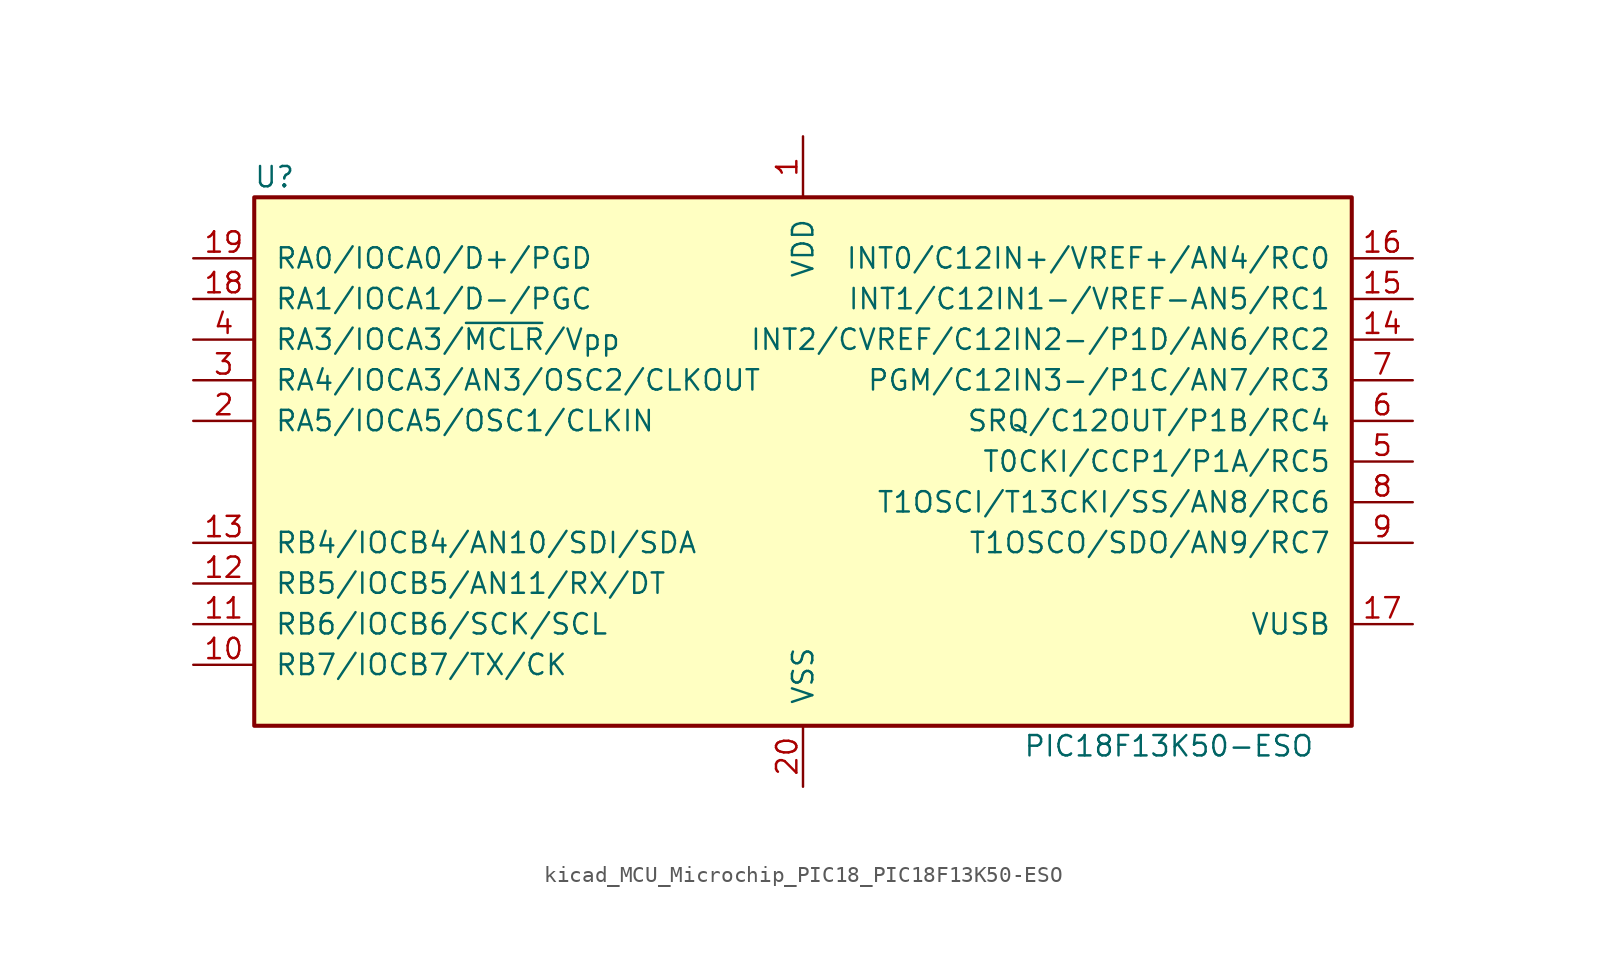
<source format=kicad_sym>
(kicad_symbol_lib
  (version 20220914)
  (generator kicad_symbol_editor)
  (symbol "kicad_MCU_Microchip_PIC18_PIC18F13K50-ESO"
    (pin_names
      (offset 1.27))
    (property "Reference" "U"
      (at -33.02 17.78 0)
      (effects (font (size 1.27 1.27))))
    (property "Value" "PIC18F13K50-ESO"
      (at 22.86 -17.78 0)
      (effects (font (size 1.27 1.27))))
    (symbol "kicad_MCU_Microchip_PIC18_PIC18F13K50-ESO_0_1"
      (rectangle (start -34.29 16.51) (end 34.29 -16.51) (stroke (width 0.254) (type default)) (fill (type background))))
    (symbol "kicad_MCU_Microchip_PIC18_PIC18F13K50-ESO_1_1"
      (pin power_in line (at 0 20.32 270) (length 3.81) (name "VDD" (effects (font (size 1.27 1.27)))) (number "1" (effects (font (size 1.27 1.27)))))
      (pin bidirectional line (at -38.1 -12.7 0) (length 3.81) (name "RB7/IOCB7/TX/CK" (effects (font (size 1.27 1.27)))) (number "10" (effects (font (size 1.27 1.27)))))
      (pin bidirectional line (at -38.1 -10.16 0) (length 3.81) (name "RB6/IOCB6/SCK/SCL" (effects (font (size 1.27 1.27)))) (number "11" (effects (font (size 1.27 1.27)))))
      (pin bidirectional line (at -38.1 -7.62 0) (length 3.81) (name "RB5/IOCB5/AN11/RX/DT" (effects (font (size 1.27 1.27)))) (number "12" (effects (font (size 1.27 1.27)))))
      (pin bidirectional line (at -38.1 -5.08 0) (length 3.81) (name "RB4/IOCB4/AN10/SDI/SDA" (effects (font (size 1.27 1.27)))) (number "13" (effects (font (size 1.27 1.27)))))
      (pin bidirectional line (at 38.1 7.62 180) (length 3.81) (name "INT2/CVREF/C12IN2-/P1D/AN6/RC2" (effects (font (size 1.27 1.27)))) (number "14" (effects (font (size 1.27 1.27)))))
      (pin bidirectional line (at 38.1 10.16 180) (length 3.81) (name "INT1/C12IN1-/VREF-AN5/RC1" (effects (font (size 1.27 1.27)))) (number "15" (effects (font (size 1.27 1.27)))))
      (pin bidirectional line (at 38.1 12.7 180) (length 3.81) (name "INT0/C12IN+/VREF+/AN4/RC0" (effects (font (size 1.27 1.27)))) (number "16" (effects (font (size 1.27 1.27)))))
      (pin passive line (at 38.1 -10.16 180) (length 3.81) (name "VUSB" (effects (font (size 1.27 1.27)))) (number "17" (effects (font (size 1.27 1.27)))))
      (pin bidirectional line (at -38.1 10.16 0) (length 3.81) (name "RA1/IOCA1/D-/PGC" (effects (font (size 1.27 1.27)))) (number "18" (effects (font (size 1.27 1.27)))))
      (pin bidirectional line (at -38.1 12.7 0) (length 3.81) (name "RA0/IOCA0/D+/PGD" (effects (font (size 1.27 1.27)))) (number "19" (effects (font (size 1.27 1.27)))))
      (pin bidirectional line (at -38.1 2.54 0) (length 3.81) (name "RA5/IOCA5/OSC1/CLKIN" (effects (font (size 1.27 1.27)))) (number "2" (effects (font (size 1.27 1.27)))))
      (pin power_in line (at 0 -20.32 90) (length 3.81) (name "VSS" (effects (font (size 1.27 1.27)))) (number "20" (effects (font (size 1.27 1.27)))))
      (pin bidirectional line (at -38.1 5.08 0) (length 3.81) (name "RA4/IOCA3/AN3/OSC2/CLKOUT" (effects (font (size 1.27 1.27)))) (number "3" (effects (font (size 1.27 1.27)))))
      (pin input line (at -38.1 7.62 0) (length 3.81) (name "RA3/IOCA3/~{MCLR}/Vpp" (effects (font (size 1.27 1.27)))) (number "4" (effects (font (size 1.27 1.27)))))
      (pin bidirectional line (at 38.1 0 180) (length 3.81) (name "T0CKI/CCP1/P1A/RC5" (effects (font (size 1.27 1.27)))) (number "5" (effects (font (size 1.27 1.27)))))
      (pin bidirectional line (at 38.1 2.54 180) (length 3.81) (name "SRQ/C12OUT/P1B/RC4" (effects (font (size 1.27 1.27)))) (number "6" (effects (font (size 1.27 1.27)))))
      (pin bidirectional line (at 38.1 5.08 180) (length 3.81) (name "PGM/C12IN3-/P1C/AN7/RC3" (effects (font (size 1.27 1.27)))) (number "7" (effects (font (size 1.27 1.27)))))
      (pin bidirectional line (at 38.1 -2.54 180) (length 3.81) (name "T1OSCI/T13CKI/SS/AN8/RC6" (effects (font (size 1.27 1.27)))) (number "8" (effects (font (size 1.27 1.27)))))
      (pin bidirectional line (at 38.1 -5.08 180) (length 3.81) (name "T1OSCO/SDO/AN9/RC7" (effects (font (size 1.27 1.27)))) (number "9" (effects (font (size 1.27 1.27))))))))
</source>
